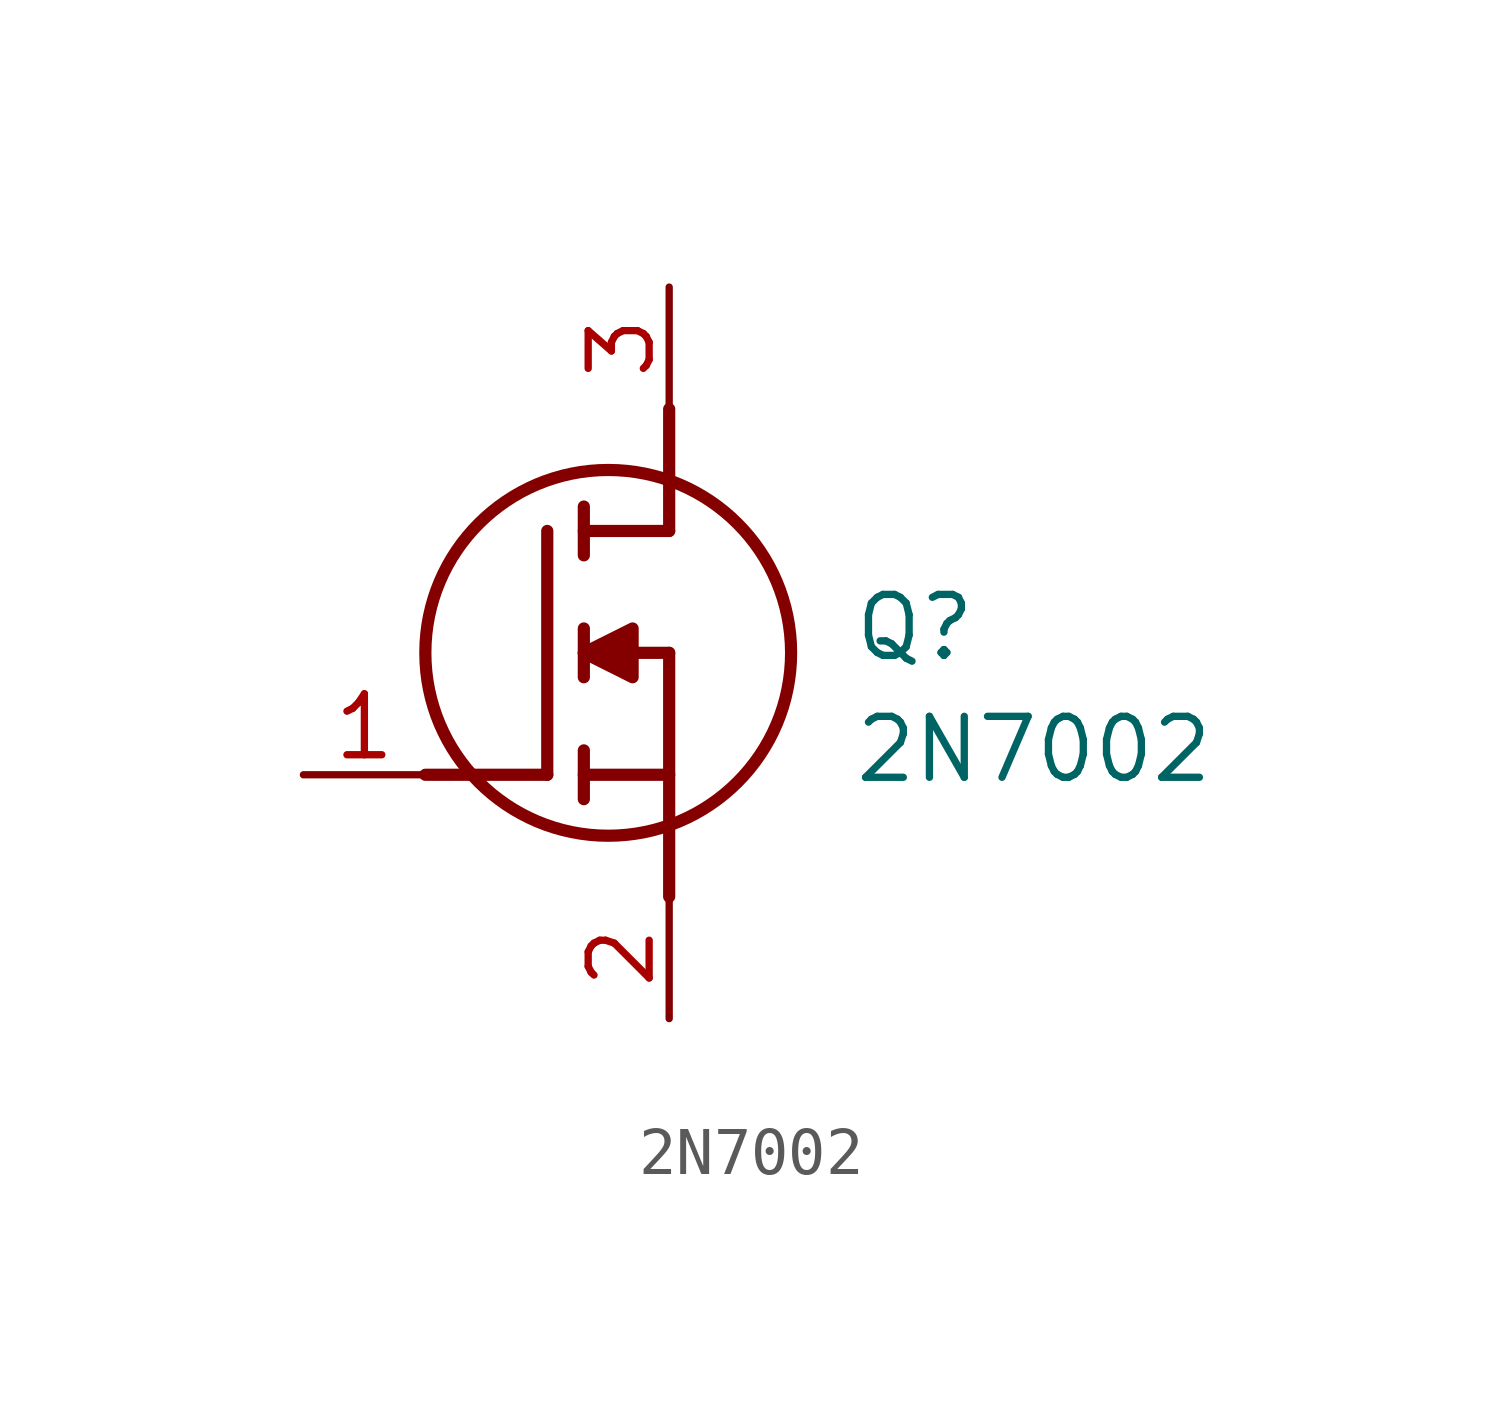
<source format=kicad_sym>
(kicad_symbol_lib
  (version 20211014)
  (generator SamacSys_ECAD_Model)
  (symbol "2N7002"
    (pin_names hide)
    (property "Reference" "Q"
      (at 11.43 3.81 0)
      (effects (font (size 1.27 1.27)) (justify left top)))
    (property "Value" "2N7002"
      (at 11.43 1.27 0)
      (effects (font (size 1.27 1.27)) (justify left top)))
    (polyline
      (pts (xy 7.62 2.54) (xy 7.62 -2.54))
      (stroke (width 0.254) (type default))
      (fill (type none)))
    (polyline
      (pts (xy 7.62 5.08) (xy 7.62 7.62))
      (stroke (width 0.254) (type default))
      (fill (type none)))
    (polyline
      (pts (xy 2.54 0) (xy 5.08 0))
      (stroke (width 0.254) (type default))
      (fill (type none)))
    (polyline
      (pts (xy 5.08 5.08) (xy 5.08 0))
      (stroke (width 0.254) (type default))
      (fill (type none)))
    (polyline
      (pts (xy 7.62 2.54) (xy 5.842 2.54))
      (stroke (width 0.254) (type default))
      (fill (type none)))
    (polyline
      (pts (xy 7.62 5.08) (xy 5.842 5.08))
      (stroke (width 0.254) (type default))
      (fill (type none)))
    (polyline
      (pts (xy 5.842 0) (xy 7.62 0))
      (stroke (width 0.254) (type default))
      (fill (type none)))
    (polyline
      (pts (xy 5.842 5.588) (xy 5.842 4.572))
      (stroke (width 0.254) (type default))
      (fill (type none)))
    (polyline
      (pts (xy 5.842 -0.508) (xy 5.842 0.508))
      (stroke (width 0.254) (type default))
      (fill (type none)))
    (polyline
      (pts (xy 5.842 2.032) (xy 5.842 3.048))
      (stroke (width 0.254) (type default))
      (fill (type none)))
    (circle
      (center 6.35 2.54)
      (radius 3.81)
      (stroke (width 0.254) (type default))
      (fill (type none)))
    (polyline
      (pts (xy 5.842 2.54) (xy 6.858 3.048) (xy 6.858 2.032) (xy 5.842 2.54))
      (stroke (width 0.254) (type default))
      (fill (type outline)))
    (pin passive line
      (at 0 0 0)
      (length 2.54)
      (name "G" (effects (font (size 1.27 1.27))))
      (number "1" (effects (font (size 1.27 1.27)))))
    (pin passive line
      (at 7.62 10.16 270)
      (length 2.54)
      (name "D" (effects (font (size 1.27 1.27))))
      (number "3" (effects (font (size 1.27 1.27)))))
    (pin passive line
      (at 7.62 -5.08 90)
      (length 2.54)
      (name "S" (effects (font (size 1.27 1.27))))
      (number "2" (effects (font (size 1.27 1.27)))))))
</source>
